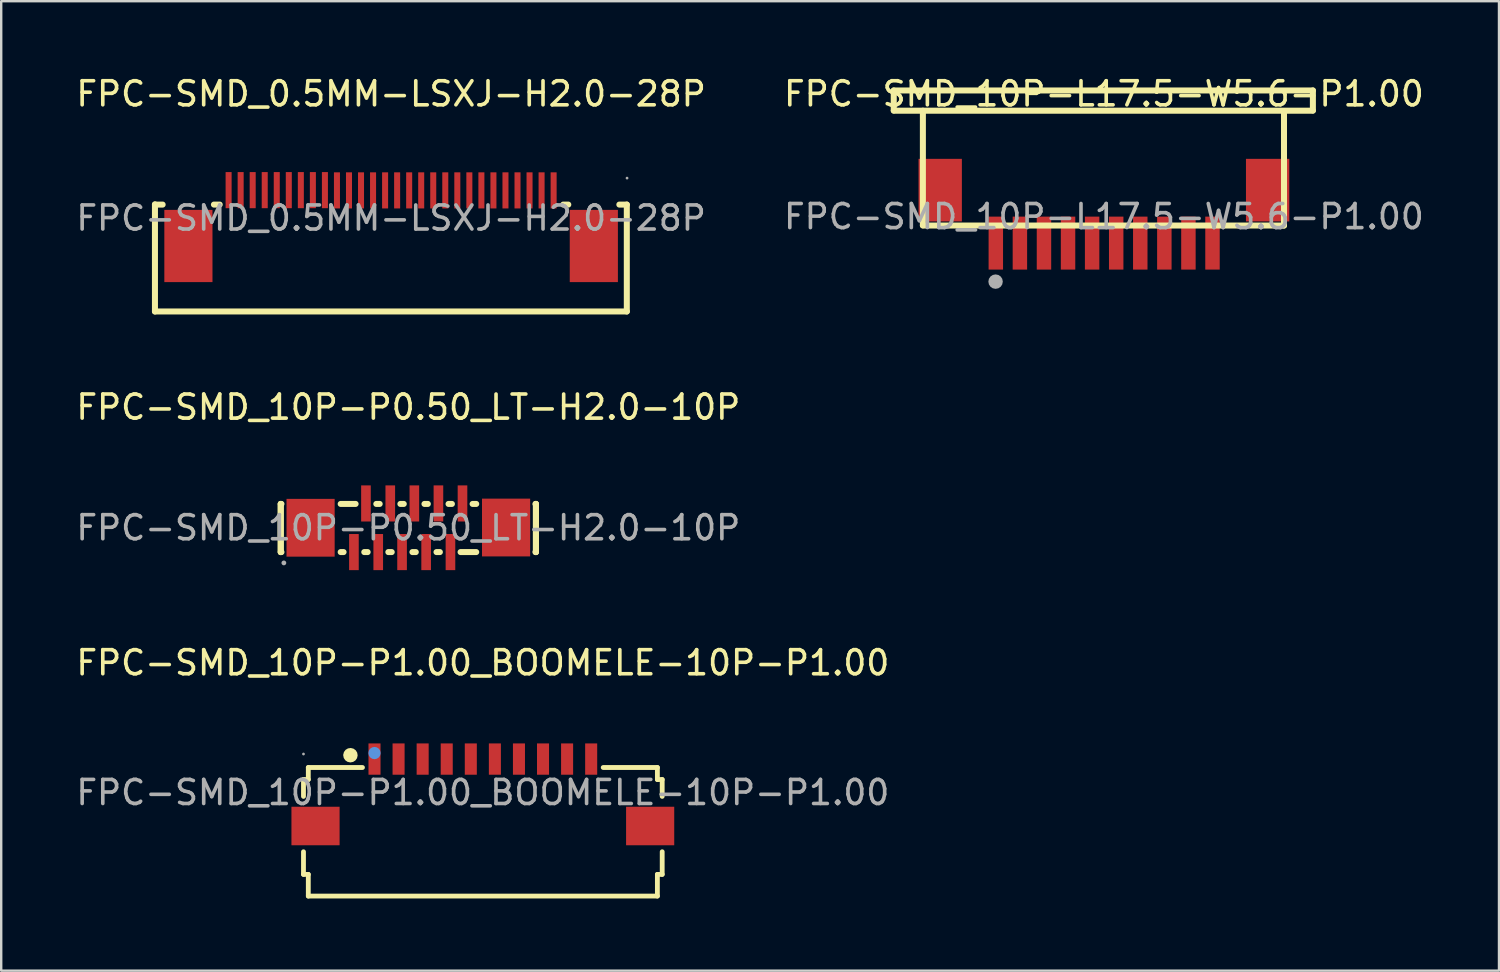
<source format=kicad_pcb>
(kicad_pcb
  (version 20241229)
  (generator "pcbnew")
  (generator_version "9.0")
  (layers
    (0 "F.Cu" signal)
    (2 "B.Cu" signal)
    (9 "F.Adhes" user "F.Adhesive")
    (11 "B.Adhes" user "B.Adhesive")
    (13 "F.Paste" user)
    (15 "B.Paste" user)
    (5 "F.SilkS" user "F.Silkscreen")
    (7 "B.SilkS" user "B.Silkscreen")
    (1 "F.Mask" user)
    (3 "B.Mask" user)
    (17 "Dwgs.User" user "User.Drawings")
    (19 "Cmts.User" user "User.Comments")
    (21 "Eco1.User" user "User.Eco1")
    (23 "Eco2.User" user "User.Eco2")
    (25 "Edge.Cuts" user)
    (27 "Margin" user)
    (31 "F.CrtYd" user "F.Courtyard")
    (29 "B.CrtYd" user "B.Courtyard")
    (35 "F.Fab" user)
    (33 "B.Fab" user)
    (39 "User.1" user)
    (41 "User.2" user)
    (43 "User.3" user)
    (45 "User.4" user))
  (footprint "FPC-SMD_10P-P0.50_LT-H2.0-10P"
    (layer "F.Cu")
    (at 13.911 18.872)
    (property "Reference" "FPC-SMD_10P-P0.50_LT-H2.0-10P" (at 0 -5.01 0) (layer "F.SilkS") (effects (font (size 1 1) (thickness 0.15))))
    (attr through_hole)
    (fp_line (start -5.3 -0.99) (end -5.3 1.01) (stroke (width 0.25) (type solid)) (layer "F.SilkS"))
    (fp_line (start -5.3 -0.99) (end -5.27 -0.99) (stroke (width 0.25) (type solid)) (layer "F.SilkS"))
    (fp_line (start -5.3 1.01) (end -5.3 -0.99) (stroke (width 0.25) (type solid)) (layer "F.SilkS"))
    (fp_line (start -5.27 1.01) (end -5.3 1.01) (stroke (width 0.25) (type solid)) (layer "F.SilkS"))
    (fp_line (start -2.81 -0.99) (end -2.19 -0.99) (stroke (width 0.25) (type solid)) (layer "F.SilkS"))
    (fp_line (start -2.69 1.01) (end -2.81 1.01) (stroke (width 0.25) (type solid)) (layer "F.SilkS"))
    (fp_line (start -1.69 1.01) (end -1.83 1.01) (stroke (width 0.25) (type solid)) (layer "F.SilkS"))
    (fp_line (start -1.33 -0.99) (end -1.19 -0.99) (stroke (width 0.25) (type solid)) (layer "F.SilkS"))
    (fp_line (start -0.69 1.01) (end -0.83 1.01) (stroke (width 0.25) (type solid)) (layer "F.SilkS"))
    (fp_line (start -0.33 -0.99) (end -0.19 -0.99) (stroke (width 0.25) (type solid)) (layer "F.SilkS"))
    (fp_line (start 0.31 1.01) (end 0.17 1.01) (stroke (width 0.25) (type solid)) (layer "F.SilkS"))
    (fp_line (start 0.67 -0.99) (end 0.81 -0.99) (stroke (width 0.25) (type solid)) (layer "F.SilkS"))
    (fp_line (start 1.31 1.01) (end 1.17 1.01) (stroke (width 0.25) (type solid)) (layer "F.SilkS"))
    (fp_line (start 1.67 -0.99) (end 1.81 -0.99) (stroke (width 0.25) (type solid)) (layer "F.SilkS"))
    (fp_line (start 2.67 -0.99) (end 2.82 -0.99) (stroke (width 0.25) (type solid)) (layer "F.SilkS"))
    (fp_line (start 2.82 1.01) (end 2.17 1.01) (stroke (width 0.25) (type solid)) (layer "F.SilkS"))
    (fp_line (start 5.28 -0.99) (end 5.3 -0.99) (stroke (width 0.25) (type solid)) (layer "F.SilkS"))
    (fp_line (start 5.3 -0.99) (end 5.3 1.01) (stroke (width 0.25) (type solid)) (layer "F.SilkS"))
    (fp_line (start 5.3 1.01) (end 5.28 1.01) (stroke (width 0.25) (type solid)) (layer "F.SilkS"))
    (fp_line (start 5.3 1.01) (end 5.3 -0.99) (stroke (width 0.25) (type solid)) (layer "F.SilkS"))
    (fp_circle (center -5.17 1.46) (end -5.12 1.46) (stroke (width 0.1) (type solid)) (fill no) (layer "F.Fab"))
    (fp_text user "${REFERENCE}" (at 0 0 0) (layer "F.Fab") (effects (font (size 1 1) (thickness 0.15))))
    (pad "1" smd rect (at -2.26 1.01) (size 0.4 1.5) (layers "F.Cu" "F.Mask" "F.Paste"))
    (pad "2" smd rect (at -1.76 -1.01) (size 0.4 1.5) (layers "F.Cu" "F.Mask" "F.Paste"))
    (pad "3" smd rect (at -1.25 1.01) (size 0.4 1.5) (layers "F.Cu" "F.Mask" "F.Paste"))
    (pad "4" smd rect (at -0.75 -1.01) (size 0.4 1.5) (layers "F.Cu" "F.Mask" "F.Paste"))
    (pad "5" smd rect (at -0.26 1.01) (size 0.4 1.5) (layers "F.Cu" "F.Mask" "F.Paste"))
    (pad "6" smd rect (at 0.25 -1.01) (size 0.4 1.5) (layers "F.Cu" "F.Mask" "F.Paste"))
    (pad "7" smd rect (at 0.74 1.01) (size 0.4 1.5) (layers "F.Cu" "F.Mask" "F.Paste"))
    (pad "8" smd rect (at 1.25 -1.01) (size 0.4 1.5) (layers "F.Cu" "F.Mask" "F.Paste"))
    (pad "9" smd rect (at 1.75 1.01) (size 0.4 1.5) (layers "F.Cu" "F.Mask" "F.Paste"))
    (pad "10" smd rect (at 2.25 -1.01) (size 0.4 1.5) (layers "F.Cu" "F.Mask" "F.Paste"))
    (pad "11" smd rect (at 4.06 -0.01) (size 2 2.4) (layers "F.Cu" "F.Mask" "F.Paste"))
    (pad "12" smd rect (at -4.06 0) (size 2 2.4) (layers "F.Cu" "F.Mask" "F.Paste")))
  (footprint "FPC-SMD_10P-L17.5-W5.6-P1.00"
    (layer "F.Cu")
    (at 42.804 5.948)
    (property "Reference" "FPC-SMD_10P-L17.5-W5.6-P1.00" (at 0 -5.1 0) (layer "F.SilkS") (effects (font (size 1 1) (thickness 0.15))))
    (attr through_hole)
    (fp_line (start -8.73 -5.24) (end -8.73 -4.41) (stroke (width 0.25) (type solid)) (layer "F.SilkS"))
    (fp_line (start -8.73 -5.24) (end -7.53 -5.24) (stroke (width 0.25) (type solid)) (layer "F.SilkS"))
    (fp_line (start -8.73 -4.4) (end 8.68 -4.4) (stroke (width 0.25) (type solid)) (layer "F.SilkS"))
    (fp_line (start -7.52 -4.4) (end -7.52 0.36) (stroke (width 0.25) (type solid)) (layer "F.SilkS"))
    (fp_line (start -7.52 0.37) (end 7.48 0.37) (stroke (width 0.25) (type solid)) (layer "F.SilkS"))
    (fp_line (start 7.48 0.37) (end 7.48 -4.38) (stroke (width 0.25) (type solid)) (layer "F.SilkS"))
    (fp_line (start 8.68 -5.24) (end -7.52 -5.24) (stroke (width 0.25) (type solid)) (layer "F.SilkS"))
    (fp_line (start 8.68 -5.24) (end 8.68 -4.41) (stroke (width 0.25) (type solid)) (layer "F.SilkS"))
    (fp_circle (center -4.5 2.7) (end -4.35 2.7) (stroke (width 0.3) (type solid)) (fill no) (layer "F.Fab"))
    (fp_text user "${REFERENCE}" (at 0 0 0) (layer "F.Fab") (effects (font (size 1 1) (thickness 0.15))))
    (pad "1" smd rect (at -4.49 1.1) (size 0.6 2.2) (layers "F.Cu" "F.Mask" "F.Paste"))
    (pad "2" smd rect (at -3.49 1.1) (size 0.6 2.2) (layers "F.Cu" "F.Mask" "F.Paste"))
    (pad "3" smd rect (at -2.49 1.1) (size 0.6 2.2) (layers "F.Cu" "F.Mask" "F.Paste"))
    (pad "4" smd rect (at -1.49 1.1) (size 0.6 2.2) (layers "F.Cu" "F.Mask" "F.Paste"))
    (pad "5" smd rect (at -0.49 1.1) (size 0.6 2.2) (layers "F.Cu" "F.Mask" "F.Paste"))
    (pad "6" smd rect (at 0.51 1.1) (size 0.6 2.2) (layers "F.Cu" "F.Mask" "F.Paste"))
    (pad "7" smd rect (at 1.51 1.1) (size 0.6 2.2) (layers "F.Cu" "F.Mask" "F.Paste"))
    (pad "8" smd rect (at 2.51 1.1) (size 0.6 2.2) (layers "F.Cu" "F.Mask" "F.Paste"))
    (pad "9" smd rect (at 3.51 1.1) (size 0.6 2.2) (layers "F.Cu" "F.Mask" "F.Paste"))
    (pad "10" smd rect (at 4.51 1.1) (size 0.6 2.2) (layers "F.Cu" "F.Mask" "F.Paste"))
    (pad "11" smd rect (at 6.8 -1.1 90) (size 2.6 1.8) (layers "F.Cu" "F.Mask" "F.Paste"))
    (pad "12" smd rect (at -6.8 -1.1 90) (size 2.6 1.8) (layers "F.Cu" "F.Mask" "F.Paste")))
  (footprint "FPC-SMD_0.5MM-LSXJ-H2.0-28P"
    (layer "F.Cu")
    (at 13.196 6.008)
    (property "Reference" "FPC-SMD_0.5MM-LSXJ-H2.0-28P" (at 0 -5.16 0) (layer "F.SilkS") (effects (font (size 1 1) (thickness 0.15))))
    (attr through_hole)
    (fp_line (start -9.81 -0.57) (end -9.81 3.88) (stroke (width 0.25) (type solid)) (layer "F.SilkS"))
    (fp_line (start -9.49 -0.56) (end -9.81 -0.56) (stroke (width 0.25) (type solid)) (layer "F.SilkS"))
    (fp_line (start -7.12 -0.56) (end -7.36 -0.56) (stroke (width 0.25) (type solid)) (layer "F.SilkS"))
    (fp_line (start 7.36 -0.56) (end 7.15 -0.56) (stroke (width 0.25) (type solid)) (layer "F.SilkS"))
    (fp_line (start 9.79 -0.56) (end 9.48 -0.56) (stroke (width 0.25) (type solid)) (layer "F.SilkS"))
    (fp_line (start 9.79 -0.56) (end 9.79 3.88) (stroke (width 0.25) (type solid)) (layer "F.SilkS"))
    (fp_line (start 9.79 3.88) (end -9.81 3.88) (stroke (width 0.25) (type solid)) (layer "F.SilkS"))
    (fp_circle (center 9.8 -1.66) (end 9.83 -1.66) (stroke (width 0.06) (type solid)) (fill no) (layer "F.Fab"))
    (fp_text user "${REFERENCE}" (at 0 0 0) (layer "F.Fab") (effects (font (size 1 1) (thickness 0.15))))
    (pad "1" smd rect (at 6.75 -1.15) (size 0.25 1.5) (layers "F.Cu" "F.Mask" "F.Paste"))
    (pad "2" smd rect (at 6.25 -1.15) (size 0.25 1.5) (layers "F.Cu" "F.Mask" "F.Paste"))
    (pad "3" smd rect (at 5.75 -1.15) (size 0.25 1.5) (layers "F.Cu" "F.Mask" "F.Paste"))
    (pad "4" smd rect (at 5.25 -1.15) (size 0.25 1.5) (layers "F.Cu" "F.Mask" "F.Paste"))
    (pad "5" smd rect (at 4.75 -1.15) (size 0.25 1.5) (layers "F.Cu" "F.Mask" "F.Paste"))
    (pad "6" smd rect (at 4.25 -1.15) (size 0.25 1.5) (layers "F.Cu" "F.Mask" "F.Paste"))
    (pad "7" smd rect (at 3.75 -1.15) (size 0.25 1.5) (layers "F.Cu" "F.Mask" "F.Paste"))
    (pad "8" smd rect (at 3.25 -1.15) (size 0.25 1.5) (layers "F.Cu" "F.Mask" "F.Paste"))
    (pad "9" smd rect (at 2.75 -1.15) (size 0.25 1.5) (layers "F.Cu" "F.Mask" "F.Paste"))
    (pad "10" smd rect (at 2.25 -1.15) (size 0.25 1.5) (layers "F.Cu" "F.Mask" "F.Paste"))
    (pad "11" smd rect (at 1.75 -1.15) (size 0.25 1.5) (layers "F.Cu" "F.Mask" "F.Paste"))
    (pad "12" smd rect (at 1.25 -1.15) (size 0.25 1.5) (layers "F.Cu" "F.Mask" "F.Paste"))
    (pad "13" smd rect (at 0.75 -1.15) (size 0.25 1.5) (layers "F.Cu" "F.Mask" "F.Paste"))
    (pad "14" smd rect (at 0.25 -1.15) (size 0.25 1.5) (layers "F.Cu" "F.Mask" "F.Paste"))
    (pad "15" smd rect (at -0.25 -1.15) (size 0.25 1.5) (layers "F.Cu" "F.Mask" "F.Paste"))
    (pad "16" smd rect (at -0.75 -1.15) (size 0.25 1.5) (layers "F.Cu" "F.Mask" "F.Paste"))
    (pad "17" smd rect (at -1.25 -1.15) (size 0.25 1.5) (layers "F.Cu" "F.Mask" "F.Paste"))
    (pad "18" smd rect (at -1.75 -1.15) (size 0.25 1.5) (layers "F.Cu" "F.Mask" "F.Paste"))
    (pad "19" smd rect (at -2.25 -1.15) (size 0.25 1.5) (layers "F.Cu" "F.Mask" "F.Paste"))
    (pad "20" smd rect (at -2.75 -1.16) (size 0.25 1.5) (layers "F.Cu" "F.Mask" "F.Paste"))
    (pad "21" smd rect (at -3.25 -1.16) (size 0.25 1.5) (layers "F.Cu" "F.Mask" "F.Paste"))
    (pad "22" smd rect (at -3.75 -1.16) (size 0.25 1.5) (layers "F.Cu" "F.Mask" "F.Paste"))
    (pad "23" smd rect (at -4.25 -1.16) (size 0.25 1.5) (layers "F.Cu" "F.Mask" "F.Paste"))
    (pad "24" smd rect (at -4.75 -1.16) (size 0.25 1.5) (layers "F.Cu" "F.Mask" "F.Paste"))
    (pad "25" smd rect (at -5.25 -1.16) (size 0.25 1.5) (layers "F.Cu" "F.Mask" "F.Paste"))
    (pad "26" smd rect (at -5.75 -1.16) (size 0.25 1.5) (layers "F.Cu" "F.Mask" "F.Paste"))
    (pad "27" smd rect (at -6.25 -1.16) (size 0.25 1.5) (layers "F.Cu" "F.Mask" "F.Paste"))
    (pad "28" smd rect (at -6.75 -1.16) (size 0.25 1.5) (layers "F.Cu" "F.Mask" "F.Paste"))
    (pad "29" smd rect (at -8.42 1.16) (size 2 3) (layers "F.Cu" "F.Mask" "F.Paste"))
    (pad "30" smd rect (at 8.42 1.16) (size 2 3) (layers "F.Cu" "F.Mask" "F.Paste")))
  (footprint "FPC-SMD_10P-P1.00_BOOMELE-10P-P1.00"
    (layer "F.Cu")
    (at 17.006 29.87)
    (property "Reference" "FPC-SMD_10P-P1.00_BOOMELE-10P-P1.00" (at 0 -5.39 0) (layer "F.SilkS") (effects (font (size 1 1) (thickness 0.15))))
    (attr through_hole)
    (fp_line (start -7.45 -0.54) (end -7.25 -0.54) (stroke (width 0.2) (type solid)) (layer "F.SilkS"))
    (fp_line (start -7.45 0.16) (end -7.45 -0.54) (stroke (width 0.2) (type solid)) (layer "F.SilkS"))
    (fp_line (start -7.45 3.4) (end -7.45 2.46) (stroke (width 0.2) (type solid)) (layer "F.SilkS"))
    (fp_line (start -7.25 -1.04) (end -5 -1.04) (stroke (width 0.2) (type solid)) (layer "F.SilkS"))
    (fp_line (start -7.25 -0.54) (end -7.25 -1.04) (stroke (width 0.2) (type solid)) (layer "F.SilkS"))
    (fp_line (start -7.25 3.4) (end -7.45 3.4) (stroke (width 0.2) (type solid)) (layer "F.SilkS"))
    (fp_line (start -7.25 3.4) (end -7.25 4.3) (stroke (width 0.2) (type solid)) (layer "F.SilkS"))
    (fp_line (start -7.25 4.3) (end 7.25 4.3) (stroke (width 0.2) (type solid)) (layer "F.SilkS"))
    (fp_line (start 7.25 -1.04) (end 5 -1.04) (stroke (width 0.2) (type solid)) (layer "F.SilkS"))
    (fp_line (start 7.25 -0.54) (end 7.25 -1.04) (stroke (width 0.2) (type solid)) (layer "F.SilkS"))
    (fp_line (start 7.25 3.4) (end 7.25 4.3) (stroke (width 0.2) (type solid)) (layer "F.SilkS"))
    (fp_line (start 7.25 3.4) (end 7.45 3.4) (stroke (width 0.2) (type solid)) (layer "F.SilkS"))
    (fp_line (start 7.45 -0.54) (end 7.25 -0.54) (stroke (width 0.2) (type solid)) (layer "F.SilkS"))
    (fp_line (start 7.45 0.16) (end 7.45 -0.54) (stroke (width 0.2) (type solid)) (layer "F.SilkS"))
    (fp_line (start 7.45 3.4) (end 7.45 2.46) (stroke (width 0.2) (type solid)) (layer "F.SilkS"))
    (fp_arc (start -5.65 -1.56) (mid -5.34975 -1.545005) (end -5.650333 -1.549984) (stroke (width 0.3) (type solid)) (layer "F.SilkS"))
    (fp_circle (center -4.5 -1.64) (end -4.37 -1.64) (stroke (width 0.25) (type solid)) (fill no) (layer "Cmts.User"))
    (fp_circle (center -7.45 -1.6) (end -7.42 -1.6) (stroke (width 0.06) (type solid)) (fill no) (layer "F.Fab"))
    (fp_text user "${REFERENCE}" (at 0 0 0) (layer "F.Fab") (effects (font (size 1 1) (thickness 0.15))))
    (pad "1" smd rect (at -4.5 -1.39 180) (size 0.5 1.3) (layers "F.Cu" "F.Mask" "F.Paste"))
    (pad "2" smd rect (at -3.5 -1.39 180) (size 0.5 1.3) (layers "F.Cu" "F.Mask" "F.Paste"))
    (pad "3" smd rect (at -2.5 -1.39 180) (size 0.5 1.3) (layers "F.Cu" "F.Mask" "F.Paste"))
    (pad "4" smd rect (at -1.5 -1.39 180) (size 0.5 1.3) (layers "F.Cu" "F.Mask" "F.Paste"))
    (pad "5" smd rect (at -0.5 -1.39 180) (size 0.5 1.3) (layers "F.Cu" "F.Mask" "F.Paste"))
    (pad "6" smd rect (at 0.5 -1.39 180) (size 0.5 1.3) (layers "F.Cu" "F.Mask" "F.Paste"))
    (pad "7" smd rect (at 1.5 -1.39 180) (size 0.5 1.3) (layers "F.Cu" "F.Mask" "F.Paste"))
    (pad "8" smd rect (at 2.5 -1.39 180) (size 0.5 1.3) (layers "F.Cu" "F.Mask" "F.Paste"))
    (pad "9" smd rect (at 3.5 -1.39 180) (size 0.5 1.3) (layers "F.Cu" "F.Mask" "F.Paste"))
    (pad "10" smd rect (at 4.5 -1.39 180) (size 0.5 1.3) (layers "F.Cu" "F.Mask" "F.Paste"))
    (pad "11" smd rect (at 6.95 1.39) (size 2 1.6) (layers "F.Cu" "F.Mask" "F.Paste"))
    (pad "12" smd rect (at -6.95 1.39) (size 2 1.6) (layers "F.Cu" "F.Mask" "F.Paste")))
  (gr_rect
    (start -3 -3)
    (end 59.214 37.27)
    (stroke (width 0.1) (type default))
    (fill no)
    (layer "Edge.Cuts")))
</source>
